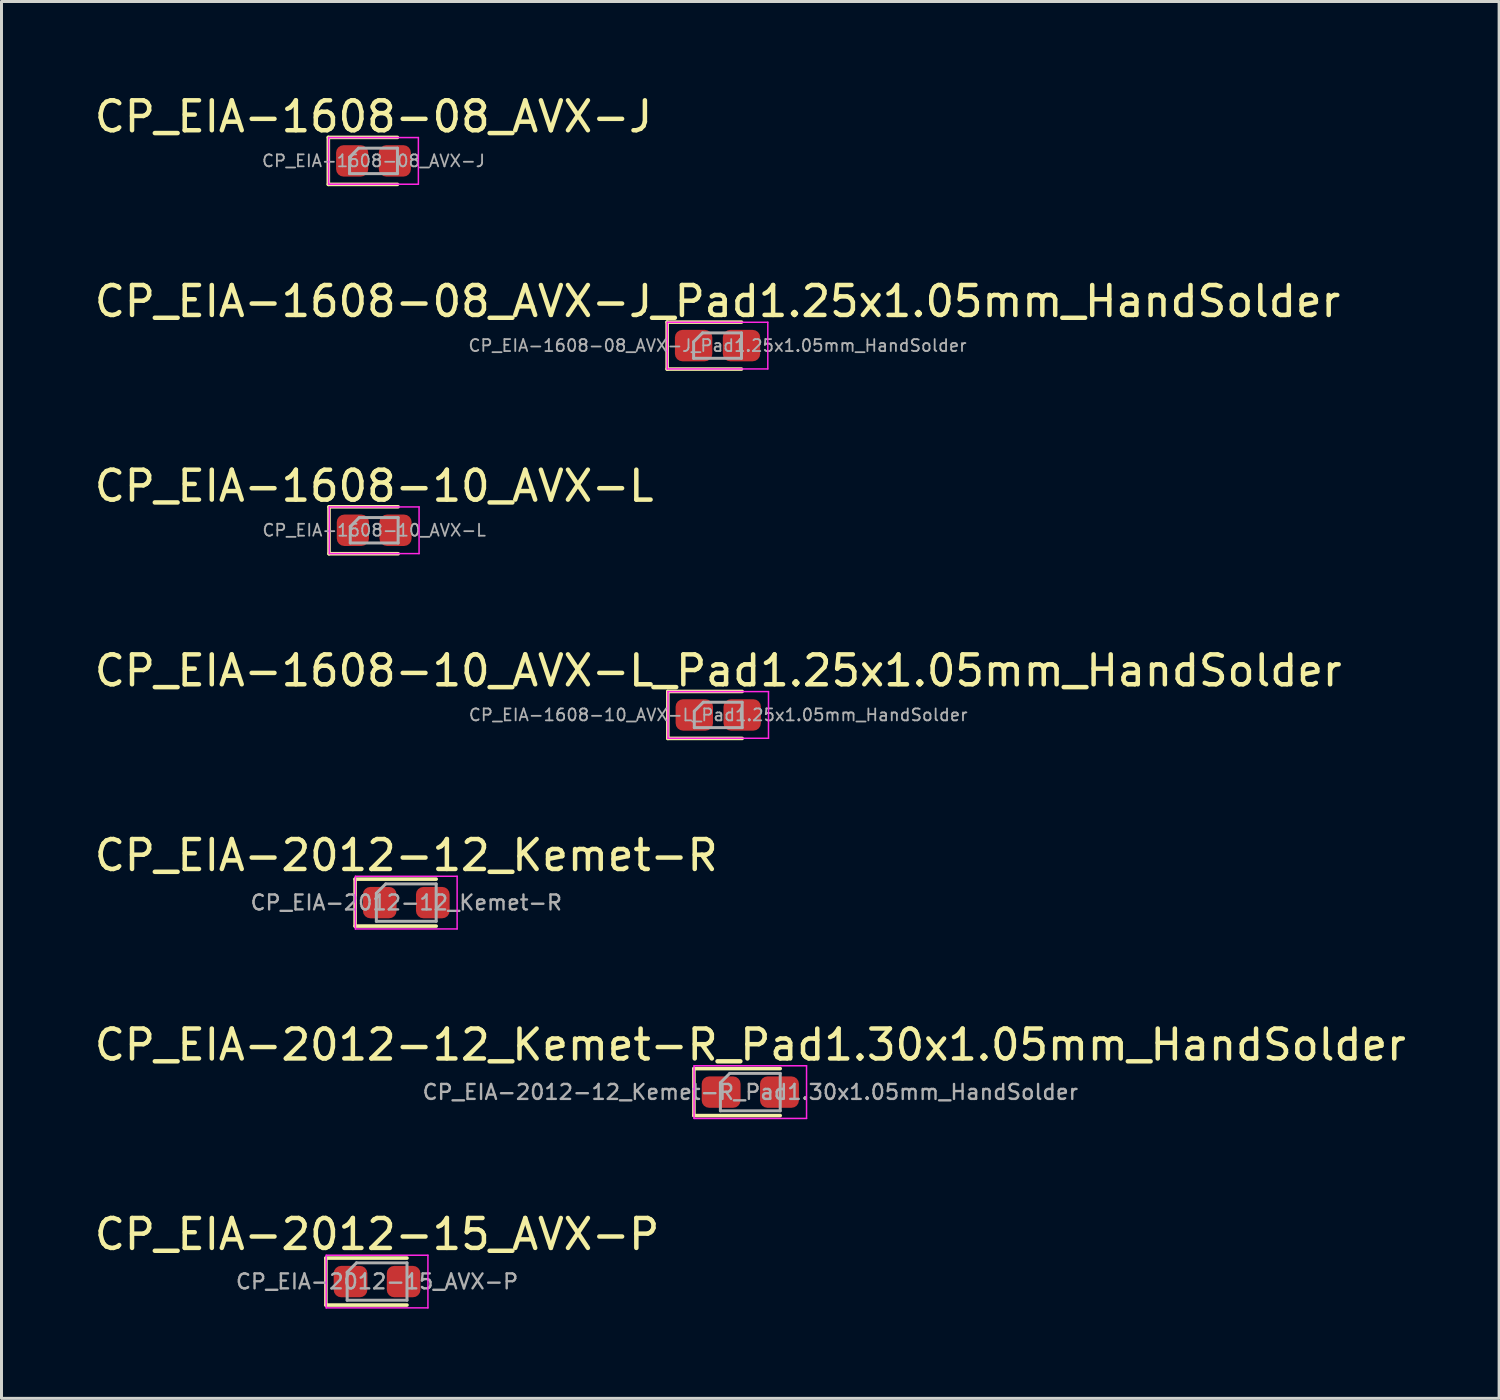
<source format=kicad_pcb>
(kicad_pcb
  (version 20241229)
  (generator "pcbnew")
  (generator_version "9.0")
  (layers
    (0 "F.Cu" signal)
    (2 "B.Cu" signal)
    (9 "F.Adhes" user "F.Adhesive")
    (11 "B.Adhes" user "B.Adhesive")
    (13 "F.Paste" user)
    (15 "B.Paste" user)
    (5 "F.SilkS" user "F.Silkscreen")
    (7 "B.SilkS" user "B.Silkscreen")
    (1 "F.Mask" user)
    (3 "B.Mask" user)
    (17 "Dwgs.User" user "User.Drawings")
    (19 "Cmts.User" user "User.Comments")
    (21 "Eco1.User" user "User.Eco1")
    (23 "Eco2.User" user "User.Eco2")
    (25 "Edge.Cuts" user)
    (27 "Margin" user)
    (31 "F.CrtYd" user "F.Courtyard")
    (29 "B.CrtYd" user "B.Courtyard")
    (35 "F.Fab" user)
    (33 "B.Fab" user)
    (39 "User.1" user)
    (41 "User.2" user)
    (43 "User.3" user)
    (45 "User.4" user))
  (footprint "CP_EIA-2012-15_AVX-P"
    (layer "F.Cu")
    (at 9.554 39.788)
    (property "Reference" "CP_EIA-2012-15_AVX-P" (at 0 -1.58 0) (layer "F.SilkS") (effects (font (size 1 1) (thickness 0.15))))
    (attr smd)
    (fp_line (start -1.71 -0.785) (end -1.71 0.785) (stroke (width 0.12) (type solid)) (layer "F.SilkS"))
    (fp_line (start -1.71 0.785) (end 1 0.785) (stroke (width 0.12) (type solid)) (layer "F.SilkS"))
    (fp_line (start 1 -0.785) (end -1.71 -0.785) (stroke (width 0.12) (type solid)) (layer "F.SilkS"))
    (fp_line (start -1.7 -0.88) (end 1.7 -0.88) (stroke (width 0.05) (type solid)) (layer "F.CrtYd"))
    (fp_line (start -1.7 0.88) (end -1.7 -0.88) (stroke (width 0.05) (type solid)) (layer "F.CrtYd"))
    (fp_line (start 1.7 -0.88) (end 1.7 0.88) (stroke (width 0.05) (type solid)) (layer "F.CrtYd"))
    (fp_line (start 1.7 0.88) (end -1.7 0.88) (stroke (width 0.05) (type solid)) (layer "F.CrtYd"))
    (fp_line (start -1 -0.312) (end -1 0.625) (stroke (width 0.1) (type solid)) (layer "F.Fab"))
    (fp_line (start -1 0.625) (end 1 0.625) (stroke (width 0.1) (type solid)) (layer "F.Fab"))
    (fp_line (start -0.688 -0.625) (end -1 -0.312) (stroke (width 0.1) (type solid)) (layer "F.Fab"))
    (fp_line (start 1 -0.625) (end -0.688 -0.625) (stroke (width 0.1) (type solid)) (layer "F.Fab"))
    (fp_line (start 1 0.625) (end 1 -0.625) (stroke (width 0.1) (type solid)) (layer "F.Fab"))
    (fp_text user "${REFERENCE}" (at 0 0 0) (layer "F.Fab") (effects (font (size 0.5 0.5) (thickness 0.08))))
    (pad "1" smd roundrect (at -0.887 0) (size 1.125 1.05) (layers "F.Cu" "F.Mask" "F.Paste") (roundrect_rratio 0.238))
    (pad "2" smd roundrect (at 0.887 0) (size 1.125 1.05) (layers "F.Cu" "F.Mask" "F.Paste") (roundrect_rratio 0.238)))
  (footprint "CP_EIA-1608-10_AVX-L"
    (layer "F.Cu")
    (at 9.458 14.675)
    (property "Reference" "CP_EIA-1608-10_AVX-L" (at 0 -1.48 0) (layer "F.SilkS") (effects (font (size 1 1) (thickness 0.15))))
    (attr smd)
    (fp_line (start -1.51 -0.785) (end -1.51 0.785) (stroke (width 0.12) (type solid)) (layer "F.SilkS"))
    (fp_line (start -1.51 0.785) (end 0.8 0.785) (stroke (width 0.12) (type solid)) (layer "F.SilkS"))
    (fp_line (start 0.8 -0.785) (end -1.51 -0.785) (stroke (width 0.12) (type solid)) (layer "F.SilkS"))
    (fp_line (start -1.5 -0.78) (end 1.5 -0.78) (stroke (width 0.05) (type solid)) (layer "F.CrtYd"))
    (fp_line (start -1.5 0.78) (end -1.5 -0.78) (stroke (width 0.05) (type solid)) (layer "F.CrtYd"))
    (fp_line (start 1.5 -0.78) (end 1.5 0.78) (stroke (width 0.05) (type solid)) (layer "F.CrtYd"))
    (fp_line (start 1.5 0.78) (end -1.5 0.78) (stroke (width 0.05) (type solid)) (layer "F.CrtYd"))
    (fp_line (start -0.8 -0.125) (end -0.8 0.425) (stroke (width 0.1) (type solid)) (layer "F.Fab"))
    (fp_line (start -0.8 0.425) (end 0.8 0.425) (stroke (width 0.1) (type solid)) (layer "F.Fab"))
    (fp_line (start -0.5 -0.425) (end -0.8 -0.125) (stroke (width 0.1) (type solid)) (layer "F.Fab"))
    (fp_line (start 0.8 -0.425) (end -0.5 -0.425) (stroke (width 0.1) (type solid)) (layer "F.Fab"))
    (fp_line (start 0.8 0.425) (end 0.8 -0.425) (stroke (width 0.1) (type solid)) (layer "F.Fab"))
    (fp_text user "${REFERENCE}" (at 0 0 0) (layer "F.Fab") (effects (font (size 0.4 0.4) (thickness 0.06))))
    (pad "1" smd roundrect (at -0.713 0) (size 1.075 1.05) (layers "F.Cu" "F.Mask" "F.Paste") (roundrect_rratio 0.238))
    (pad "2" smd roundrect (at 0.713 0) (size 1.075 1.05) (layers "F.Cu" "F.Mask" "F.Paste") (roundrect_rratio 0.238)))
  (footprint "CP_EIA-1608-08_AVX-J"
    (layer "F.Cu")
    (at 9.435 2.328)
    (property "Reference" "CP_EIA-1608-08_AVX-J" (at 0 -1.48 0) (layer "F.SilkS") (effects (font (size 1 1) (thickness 0.15))))
    (attr smd)
    (fp_line (start -1.51 -0.785) (end -1.51 0.785) (stroke (width 0.12) (type solid)) (layer "F.SilkS"))
    (fp_line (start -1.51 0.785) (end 0.8 0.785) (stroke (width 0.12) (type solid)) (layer "F.SilkS"))
    (fp_line (start 0.8 -0.785) (end -1.51 -0.785) (stroke (width 0.12) (type solid)) (layer "F.SilkS"))
    (fp_line (start -1.5 -0.78) (end 1.5 -0.78) (stroke (width 0.05) (type solid)) (layer "F.CrtYd"))
    (fp_line (start -1.5 0.78) (end -1.5 -0.78) (stroke (width 0.05) (type solid)) (layer "F.CrtYd"))
    (fp_line (start 1.5 -0.78) (end 1.5 0.78) (stroke (width 0.05) (type solid)) (layer "F.CrtYd"))
    (fp_line (start 1.5 0.78) (end -1.5 0.78) (stroke (width 0.05) (type solid)) (layer "F.CrtYd"))
    (fp_line (start -0.8 -0.125) (end -0.8 0.425) (stroke (width 0.1) (type solid)) (layer "F.Fab"))
    (fp_line (start -0.8 0.425) (end 0.8 0.425) (stroke (width 0.1) (type solid)) (layer "F.Fab"))
    (fp_line (start -0.5 -0.425) (end -0.8 -0.125) (stroke (width 0.1) (type solid)) (layer "F.Fab"))
    (fp_line (start 0.8 -0.425) (end -0.5 -0.425) (stroke (width 0.1) (type solid)) (layer "F.Fab"))
    (fp_line (start 0.8 0.425) (end 0.8 -0.425) (stroke (width 0.1) (type solid)) (layer "F.Fab"))
    (fp_text user "${REFERENCE}" (at 0 0 0) (layer "F.Fab") (effects (font (size 0.4 0.4) (thickness 0.06))))
    (pad "1" smd roundrect (at -0.713 0) (size 1.075 1.05) (layers "F.Cu" "F.Mask" "F.Paste") (roundrect_rratio 0.238))
    (pad "2" smd roundrect (at 0.713 0) (size 1.075 1.05) (layers "F.Cu" "F.Mask" "F.Paste") (roundrect_rratio 0.238)))
  (footprint "CP_EIA-1608-08_AVX-J_Pad1.25x1.05mm_HandSolder"
    (layer "F.Cu")
    (at 20.935 8.502)
    (property "Reference" "CP_EIA-1608-08_AVX-J_Pad1.25x1.05mm_HandSolder" (at 0 -1.48 0) (layer "F.SilkS") (effects (font (size 1 1) (thickness 0.15))))
    (attr smd)
    (fp_line (start -1.685 -0.785) (end -1.685 0.785) (stroke (width 0.12) (type solid)) (layer "F.SilkS"))
    (fp_line (start -1.685 0.785) (end 0.8 0.785) (stroke (width 0.12) (type solid)) (layer "F.SilkS"))
    (fp_line (start 0.8 -0.785) (end -1.685 -0.785) (stroke (width 0.12) (type solid)) (layer "F.SilkS"))
    (fp_line (start -1.68 -0.78) (end 1.68 -0.78) (stroke (width 0.05) (type solid)) (layer "F.CrtYd"))
    (fp_line (start -1.68 0.78) (end -1.68 -0.78) (stroke (width 0.05) (type solid)) (layer "F.CrtYd"))
    (fp_line (start 1.68 -0.78) (end 1.68 0.78) (stroke (width 0.05) (type solid)) (layer "F.CrtYd"))
    (fp_line (start 1.68 0.78) (end -1.68 0.78) (stroke (width 0.05) (type solid)) (layer "F.CrtYd"))
    (fp_line (start -0.8 -0.125) (end -0.8 0.425) (stroke (width 0.1) (type solid)) (layer "F.Fab"))
    (fp_line (start -0.8 0.425) (end 0.8 0.425) (stroke (width 0.1) (type solid)) (layer "F.Fab"))
    (fp_line (start -0.5 -0.425) (end -0.8 -0.125) (stroke (width 0.1) (type solid)) (layer "F.Fab"))
    (fp_line (start 0.8 -0.425) (end -0.5 -0.425) (stroke (width 0.1) (type solid)) (layer "F.Fab"))
    (fp_line (start 0.8 0.425) (end 0.8 -0.425) (stroke (width 0.1) (type solid)) (layer "F.Fab"))
    (fp_text user "${REFERENCE}" (at 0 0 0) (layer "F.Fab") (effects (font (size 0.4 0.4) (thickness 0.06))))
    (pad "1" smd roundrect (at -0.8 0) (size 1.25 1.05) (layers "F.Cu" "F.Mask" "F.Paste") (roundrect_rratio 0.238))
    (pad "2" smd roundrect (at 0.8 0) (size 1.25 1.05) (layers "F.Cu" "F.Mask" "F.Paste") (roundrect_rratio 0.238)))
  (footprint "CP_EIA-2012-12_Kemet-R"
    (layer "F.Cu")
    (at 10.53 27.121)
    (property "Reference" "CP_EIA-2012-12_Kemet-R" (at 0 -1.58 0) (layer "F.SilkS") (effects (font (size 1 1) (thickness 0.15))))
    (attr smd)
    (fp_line (start -1.71 -0.785) (end -1.71 0.785) (stroke (width 0.12) (type solid)) (layer "F.SilkS"))
    (fp_line (start -1.71 0.785) (end 1 0.785) (stroke (width 0.12) (type solid)) (layer "F.SilkS"))
    (fp_line (start 1 -0.785) (end -1.71 -0.785) (stroke (width 0.12) (type solid)) (layer "F.SilkS"))
    (fp_line (start -1.7 -0.88) (end 1.7 -0.88) (stroke (width 0.05) (type solid)) (layer "F.CrtYd"))
    (fp_line (start -1.7 0.88) (end -1.7 -0.88) (stroke (width 0.05) (type solid)) (layer "F.CrtYd"))
    (fp_line (start 1.7 -0.88) (end 1.7 0.88) (stroke (width 0.05) (type solid)) (layer "F.CrtYd"))
    (fp_line (start 1.7 0.88) (end -1.7 0.88) (stroke (width 0.05) (type solid)) (layer "F.CrtYd"))
    (fp_line (start -1 -0.312) (end -1 0.625) (stroke (width 0.1) (type solid)) (layer "F.Fab"))
    (fp_line (start -1 0.625) (end 1 0.625) (stroke (width 0.1) (type solid)) (layer "F.Fab"))
    (fp_line (start -0.688 -0.625) (end -1 -0.312) (stroke (width 0.1) (type solid)) (layer "F.Fab"))
    (fp_line (start 1 -0.625) (end -0.688 -0.625) (stroke (width 0.1) (type solid)) (layer "F.Fab"))
    (fp_line (start 1 0.625) (end 1 -0.625) (stroke (width 0.1) (type solid)) (layer "F.Fab"))
    (fp_text user "${REFERENCE}" (at 0 0 0) (layer "F.Fab") (effects (font (size 0.5 0.5) (thickness 0.08))))
    (pad "1" smd roundrect (at -0.887 0) (size 1.125 1.05) (layers "F.Cu" "F.Mask" "F.Paste") (roundrect_rratio 0.238))
    (pad "2" smd roundrect (at 0.887 0) (size 1.125 1.05) (layers "F.Cu" "F.Mask" "F.Paste") (roundrect_rratio 0.238)))
  (footprint "CP_EIA-2012-12_Kemet-R_Pad1.30x1.05mm_HandSolder"
    (layer "F.Cu")
    (at 22.03 33.455)
    (property "Reference" "CP_EIA-2012-12_Kemet-R_Pad1.30x1.05mm_HandSolder" (at 0 -1.58 0) (layer "F.SilkS") (effects (font (size 1 1) (thickness 0.15))))
    (attr smd)
    (fp_line (start -1.885 -0.785) (end -1.885 0.785) (stroke (width 0.12) (type solid)) (layer "F.SilkS"))
    (fp_line (start -1.885 0.785) (end 1 0.785) (stroke (width 0.12) (type solid)) (layer "F.SilkS"))
    (fp_line (start 1 -0.785) (end -1.885 -0.785) (stroke (width 0.12) (type solid)) (layer "F.SilkS"))
    (fp_line (start -1.88 -0.88) (end 1.88 -0.88) (stroke (width 0.05) (type solid)) (layer "F.CrtYd"))
    (fp_line (start -1.88 0.88) (end -1.88 -0.88) (stroke (width 0.05) (type solid)) (layer "F.CrtYd"))
    (fp_line (start 1.88 -0.88) (end 1.88 0.88) (stroke (width 0.05) (type solid)) (layer "F.CrtYd"))
    (fp_line (start 1.88 0.88) (end -1.88 0.88) (stroke (width 0.05) (type solid)) (layer "F.CrtYd"))
    (fp_line (start -1 -0.312) (end -1 0.625) (stroke (width 0.1) (type solid)) (layer "F.Fab"))
    (fp_line (start -1 0.625) (end 1 0.625) (stroke (width 0.1) (type solid)) (layer "F.Fab"))
    (fp_line (start -0.688 -0.625) (end -1 -0.312) (stroke (width 0.1) (type solid)) (layer "F.Fab"))
    (fp_line (start 1 -0.625) (end -0.688 -0.625) (stroke (width 0.1) (type solid)) (layer "F.Fab"))
    (fp_line (start 1 0.625) (end 1 -0.625) (stroke (width 0.1) (type solid)) (layer "F.Fab"))
    (fp_text user "${REFERENCE}" (at 0 0 0) (layer "F.Fab") (effects (font (size 0.5 0.5) (thickness 0.08))))
    (pad "1" smd roundrect (at -0.975 0) (size 1.3 1.05) (layers "F.Cu" "F.Mask" "F.Paste") (roundrect_rratio 0.238))
    (pad "2" smd roundrect (at 0.975 0) (size 1.3 1.05) (layers "F.Cu" "F.Mask" "F.Paste") (roundrect_rratio 0.238)))
  (footprint "CP_EIA-1608-10_AVX-L_Pad1.25x1.05mm_HandSolder"
    (layer "F.Cu")
    (at 20.958 20.848)
    (property "Reference" "CP_EIA-1608-10_AVX-L_Pad1.25x1.05mm_HandSolder" (at 0 -1.48 0) (layer "F.SilkS") (effects (font (size 1 1) (thickness 0.15))))
    (attr smd)
    (fp_line (start -1.685 -0.785) (end -1.685 0.785) (stroke (width 0.12) (type solid)) (layer "F.SilkS"))
    (fp_line (start -1.685 0.785) (end 0.8 0.785) (stroke (width 0.12) (type solid)) (layer "F.SilkS"))
    (fp_line (start 0.8 -0.785) (end -1.685 -0.785) (stroke (width 0.12) (type solid)) (layer "F.SilkS"))
    (fp_line (start -1.68 -0.78) (end 1.68 -0.78) (stroke (width 0.05) (type solid)) (layer "F.CrtYd"))
    (fp_line (start -1.68 0.78) (end -1.68 -0.78) (stroke (width 0.05) (type solid)) (layer "F.CrtYd"))
    (fp_line (start 1.68 -0.78) (end 1.68 0.78) (stroke (width 0.05) (type solid)) (layer "F.CrtYd"))
    (fp_line (start 1.68 0.78) (end -1.68 0.78) (stroke (width 0.05) (type solid)) (layer "F.CrtYd"))
    (fp_line (start -0.8 -0.125) (end -0.8 0.425) (stroke (width 0.1) (type solid)) (layer "F.Fab"))
    (fp_line (start -0.8 0.425) (end 0.8 0.425) (stroke (width 0.1) (type solid)) (layer "F.Fab"))
    (fp_line (start -0.5 -0.425) (end -0.8 -0.125) (stroke (width 0.1) (type solid)) (layer "F.Fab"))
    (fp_line (start 0.8 -0.425) (end -0.5 -0.425) (stroke (width 0.1) (type solid)) (layer "F.Fab"))
    (fp_line (start 0.8 0.425) (end 0.8 -0.425) (stroke (width 0.1) (type solid)) (layer "F.Fab"))
    (fp_text user "${REFERENCE}" (at 0 0 0) (layer "F.Fab") (effects (font (size 0.4 0.4) (thickness 0.06))))
    (pad "1" smd roundrect (at -0.8 0) (size 1.25 1.05) (layers "F.Cu" "F.Mask" "F.Paste") (roundrect_rratio 0.238))
    (pad "2" smd roundrect (at 0.8 0) (size 1.25 1.05) (layers "F.Cu" "F.Mask" "F.Paste") (roundrect_rratio 0.238)))
  (gr_rect
    (start -3 -3)
    (end 47.06 43.693)
    (stroke (width 0.1) (type default))
    (fill no)
    (layer "Edge.Cuts")))
</source>
